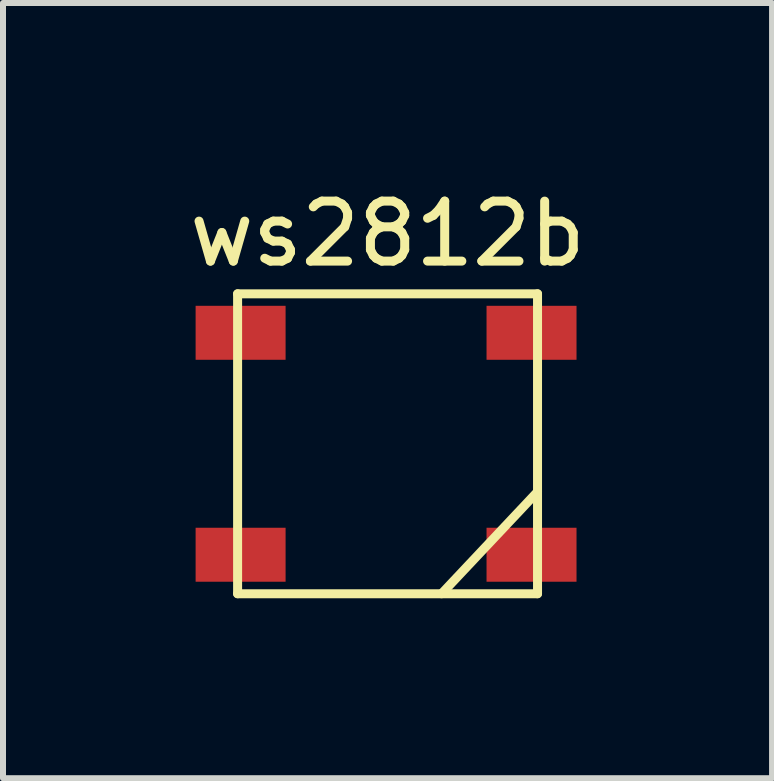
<source format=kicad_pcb>
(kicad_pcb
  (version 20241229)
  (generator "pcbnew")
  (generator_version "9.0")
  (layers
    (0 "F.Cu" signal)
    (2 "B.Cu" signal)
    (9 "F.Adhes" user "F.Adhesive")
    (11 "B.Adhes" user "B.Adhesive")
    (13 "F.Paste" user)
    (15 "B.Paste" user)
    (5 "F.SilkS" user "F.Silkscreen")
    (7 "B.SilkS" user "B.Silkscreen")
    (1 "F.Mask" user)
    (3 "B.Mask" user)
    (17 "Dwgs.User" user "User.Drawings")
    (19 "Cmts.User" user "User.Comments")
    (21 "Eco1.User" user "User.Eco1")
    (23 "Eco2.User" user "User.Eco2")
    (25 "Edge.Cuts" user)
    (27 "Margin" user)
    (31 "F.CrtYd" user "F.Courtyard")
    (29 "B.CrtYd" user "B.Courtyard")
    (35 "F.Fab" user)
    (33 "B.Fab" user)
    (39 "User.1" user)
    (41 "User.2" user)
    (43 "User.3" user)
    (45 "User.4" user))
  (footprint "ws2812b"
    (layer "F.Cu")
    (at 3.411 4.348)
    (property "Reference" "ws2812b" (at 0 -3.5 0) (layer "F.SilkS") (effects (font (size 1 1) (thickness 0.15))))
    (attr through_hole)
    (fp_line (start -2.5 -2.5) (end 2.5 -2.5) (stroke (width 0.15) (type solid)) (layer "F.SilkS"))
    (fp_line (start -2.5 2.5) (end -2.5 -2.5) (stroke (width 0.15) (type solid)) (layer "F.SilkS"))
    (fp_line (start 0.9 2.5) (end 2.5 0.8) (stroke (width 0.15) (type solid)) (layer "F.SilkS"))
    (fp_line (start 2.5 -2.5) (end 2.5 2.5) (stroke (width 0.15) (type solid)) (layer "F.SilkS"))
    (fp_line (start 2.5 2.5) (end -2.5 2.5) (stroke (width 0.15) (type solid)) (layer "F.SilkS"))
    (pad "1" smd rect (at -2.45 -1.85) (size 1.5 0.9) (layers "F.Cu" "F.Mask" "F.Paste"))
    (pad "2" smd rect (at -2.45 1.85) (size 1.5 0.9) (layers "F.Cu" "F.Mask" "F.Paste"))
    (pad "3" smd rect (at 2.4 1.85) (size 1.5 0.9) (layers "F.Cu" "F.Mask" "F.Paste"))
    (pad "4" smd rect (at 2.4 -1.85) (size 1.5 0.9) (layers "F.Cu" "F.Mask" "F.Paste")))
  (gr_rect
    (start -3 -3)
    (end 9.821 9.923)
    (stroke (width 0.1) (type default))
    (fill no)
    (layer "Edge.Cuts")))
</source>
